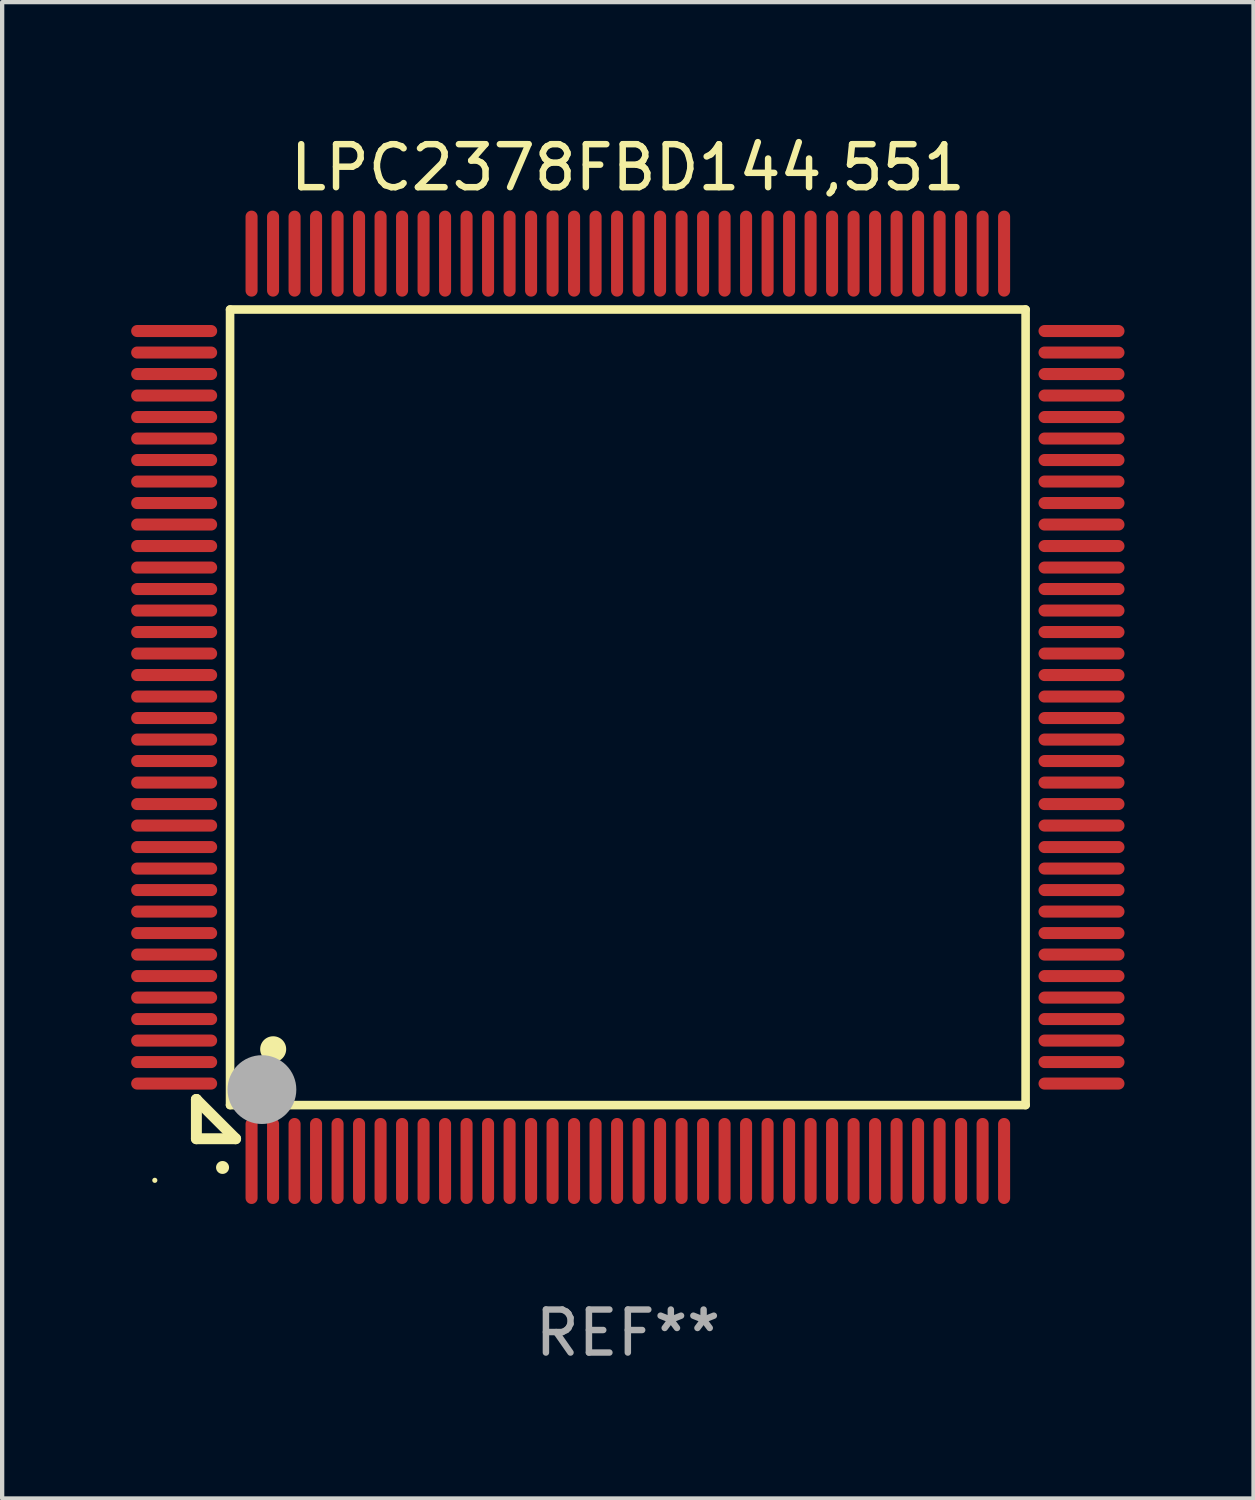
<source format=kicad_pcb>
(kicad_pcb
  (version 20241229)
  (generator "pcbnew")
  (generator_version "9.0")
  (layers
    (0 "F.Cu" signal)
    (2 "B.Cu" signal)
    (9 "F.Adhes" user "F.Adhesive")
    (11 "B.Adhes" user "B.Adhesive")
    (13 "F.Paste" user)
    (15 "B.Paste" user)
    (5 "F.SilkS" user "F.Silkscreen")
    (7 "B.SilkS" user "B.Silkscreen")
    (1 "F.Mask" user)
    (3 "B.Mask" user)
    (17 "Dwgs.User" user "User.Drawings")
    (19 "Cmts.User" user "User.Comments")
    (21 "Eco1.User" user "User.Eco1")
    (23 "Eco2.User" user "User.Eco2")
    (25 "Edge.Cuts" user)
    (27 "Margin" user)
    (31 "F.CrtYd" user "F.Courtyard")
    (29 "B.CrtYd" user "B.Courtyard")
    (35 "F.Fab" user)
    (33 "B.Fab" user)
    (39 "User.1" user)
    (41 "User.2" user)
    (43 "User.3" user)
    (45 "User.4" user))
  (footprint "LPC2378FBD144,551"
    (layer "F.Cu")
    (at 11.55 13.398)
    (property "Reference" "LPC2378FBD144,551" (at 0 -12.55 0) (layer "F.SilkS") (effects (font (size 1 1) (thickness 0.15))))
    (attr through_hole)
    (fp_line (start -10.033 9.121) (end -10.033 9.121) (stroke (width 0.254) (type solid)) (layer "F.SilkS"))
    (fp_line (start -10.033 9.121) (end -10.033 10.033) (stroke (width 0.254) (type solid)) (layer "F.SilkS"))
    (fp_line (start -10.033 9.121) (end -9.121 10.033) (stroke (width 0.254) (type solid)) (layer "F.SilkS"))
    (fp_line (start -10.033 10.033) (end -9.121 10.033) (stroke (width 0.254) (type solid)) (layer "F.SilkS"))
    (fp_line (start -9.25 -9.25) (end 9.25 -9.25) (stroke (width 0.2) (type solid)) (layer "F.SilkS"))
    (fp_line (start -9.25 9.25) (end -9.25 -9.25) (stroke (width 0.2) (type solid)) (layer "F.SilkS"))
    (fp_line (start 9.25 -9.25) (end 9.25 9.25) (stroke (width 0.2) (type solid)) (layer "F.SilkS"))
    (fp_line (start 9.25 9.25) (end -9.25 9.25) (stroke (width 0.2) (type solid)) (layer "F.SilkS"))
    (fp_arc (start -9.425959 10.701041) (mid -9.424689 10.701036) (end -9.423419 10.701041) (stroke (width 0.3) (type solid)) (layer "F.SilkS"))
    (fp_arc (start -8.249936 7.950216) (mid -8.247396 7.950205) (end -8.244856 7.950216) (stroke (width 0.6) (type solid)) (layer "F.SilkS"))
    (fp_circle (center -11 11) (end -10.97 11) (stroke (width 0.06) (type solid)) (fill no) (layer "F.SilkS"))
    (fp_circle (center -8.509 8.89) (end -8.109 8.89) (stroke (width 0.8) (type solid)) (fill no) (layer "F.Fab"))
    (fp_text user "REF**" (at 0 14.55 0) (layer "F.Fab") (effects (font (size 1 1) (thickness 0.15))))
    (pad "1" smd oval (at -8.75 10.55 180) (size 0.28 2) (layers "F.Cu" "F.Mask" "F.Paste"))
    (pad "2" smd oval (at -8.25 10.55 180) (size 0.28 2) (layers "F.Cu" "F.Mask" "F.Paste"))
    (pad "3" smd oval (at -7.75 10.55 180) (size 0.28 2) (layers "F.Cu" "F.Mask" "F.Paste"))
    (pad "4" smd oval (at -7.25 10.55 180) (size 0.28 2) (layers "F.Cu" "F.Mask" "F.Paste"))
    (pad "5" smd oval (at -6.75 10.55 180) (size 0.28 2) (layers "F.Cu" "F.Mask" "F.Paste"))
    (pad "6" smd oval (at -6.25 10.55 180) (size 0.28 2) (layers "F.Cu" "F.Mask" "F.Paste"))
    (pad "7" smd oval (at -5.75 10.55 180) (size 0.28 2) (layers "F.Cu" "F.Mask" "F.Paste"))
    (pad "8" smd oval (at -5.25 10.55 180) (size 0.28 2) (layers "F.Cu" "F.Mask" "F.Paste"))
    (pad "9" smd oval (at -4.75 10.55 180) (size 0.28 2) (layers "F.Cu" "F.Mask" "F.Paste"))
    (pad "10" smd oval (at -4.25 10.55 180) (size 0.28 2) (layers "F.Cu" "F.Mask" "F.Paste"))
    (pad "11" smd oval (at -3.75 10.55 180) (size 0.28 2) (layers "F.Cu" "F.Mask" "F.Paste"))
    (pad "12" smd oval (at -3.25 10.55 180) (size 0.28 2) (layers "F.Cu" "F.Mask" "F.Paste"))
    (pad "13" smd oval (at -2.75 10.55 180) (size 0.28 2) (layers "F.Cu" "F.Mask" "F.Paste"))
    (pad "14" smd oval (at -2.25 10.55 180) (size 0.28 2) (layers "F.Cu" "F.Mask" "F.Paste"))
    (pad "15" smd oval (at -1.75 10.55 180) (size 0.28 2) (layers "F.Cu" "F.Mask" "F.Paste"))
    (pad "16" smd oval (at -1.25 10.55 180) (size 0.28 2) (layers "F.Cu" "F.Mask" "F.Paste"))
    (pad "17" smd oval (at -0.75 10.55 180) (size 0.28 2) (layers "F.Cu" "F.Mask" "F.Paste"))
    (pad "18" smd oval (at -0.25 10.55 180) (size 0.28 2) (layers "F.Cu" "F.Mask" "F.Paste"))
    (pad "19" smd oval (at 0.25 10.55 180) (size 0.28 2) (layers "F.Cu" "F.Mask" "F.Paste"))
    (pad "20" smd oval (at 0.75 10.55 180) (size 0.28 2) (layers "F.Cu" "F.Mask" "F.Paste"))
    (pad "21" smd oval (at 1.25 10.55 180) (size 0.28 2) (layers "F.Cu" "F.Mask" "F.Paste"))
    (pad "22" smd oval (at 1.75 10.55 180) (size 0.28 2) (layers "F.Cu" "F.Mask" "F.Paste"))
    (pad "23" smd oval (at 2.25 10.55 180) (size 0.28 2) (layers "F.Cu" "F.Mask" "F.Paste"))
    (pad "24" smd oval (at 2.75 10.55 180) (size 0.28 2) (layers "F.Cu" "F.Mask" "F.Paste"))
    (pad "25" smd oval (at 3.25 10.55 180) (size 0.28 2) (layers "F.Cu" "F.Mask" "F.Paste"))
    (pad "26" smd oval (at 3.75 10.55 180) (size 0.28 2) (layers "F.Cu" "F.Mask" "F.Paste"))
    (pad "27" smd oval (at 4.25 10.55 180) (size 0.28 2) (layers "F.Cu" "F.Mask" "F.Paste"))
    (pad "28" smd oval (at 4.75 10.55 180) (size 0.28 2) (layers "F.Cu" "F.Mask" "F.Paste"))
    (pad "29" smd oval (at 5.25 10.55 180) (size 0.28 2) (layers "F.Cu" "F.Mask" "F.Paste"))
    (pad "30" smd oval (at 5.75 10.55 180) (size 0.28 2) (layers "F.Cu" "F.Mask" "F.Paste"))
    (pad "31" smd oval (at 6.25 10.55 180) (size 0.28 2) (layers "F.Cu" "F.Mask" "F.Paste"))
    (pad "32" smd oval (at 6.75 10.55 180) (size 0.28 2) (layers "F.Cu" "F.Mask" "F.Paste"))
    (pad "33" smd oval (at 7.25 10.55 180) (size 0.28 2) (layers "F.Cu" "F.Mask" "F.Paste"))
    (pad "34" smd oval (at 7.75 10.55 180) (size 0.28 2) (layers "F.Cu" "F.Mask" "F.Paste"))
    (pad "35" smd oval (at 8.25 10.55 180) (size 0.28 2) (layers "F.Cu" "F.Mask" "F.Paste"))
    (pad "36" smd oval (at 8.75 10.55 180) (size 0.28 2) (layers "F.Cu" "F.Mask" "F.Paste"))
    (pad "37" smd oval (at 10.55 8.75 90) (size 0.28 2) (layers "F.Cu" "F.Mask" "F.Paste"))
    (pad "38" smd oval (at 10.55 8.25 90) (size 0.28 2) (layers "F.Cu" "F.Mask" "F.Paste"))
    (pad "39" smd oval (at 10.55 7.75 90) (size 0.28 2) (layers "F.Cu" "F.Mask" "F.Paste"))
    (pad "40" smd oval (at 10.55 7.25 90) (size 0.28 2) (layers "F.Cu" "F.Mask" "F.Paste"))
    (pad "41" smd oval (at 10.55 6.75 90) (size 0.28 2) (layers "F.Cu" "F.Mask" "F.Paste"))
    (pad "42" smd oval (at 10.55 6.25 90) (size 0.28 2) (layers "F.Cu" "F.Mask" "F.Paste"))
    (pad "43" smd oval (at 10.55 5.75 90) (size 0.28 2) (layers "F.Cu" "F.Mask" "F.Paste"))
    (pad "44" smd oval (at 10.55 5.25 90) (size 0.28 2) (layers "F.Cu" "F.Mask" "F.Paste"))
    (pad "45" smd oval (at 10.55 4.75 90) (size 0.28 2) (layers "F.Cu" "F.Mask" "F.Paste"))
    (pad "46" smd oval (at 10.55 4.25 90) (size 0.28 2) (layers "F.Cu" "F.Mask" "F.Paste"))
    (pad "47" smd oval (at 10.55 3.75 90) (size 0.28 2) (layers "F.Cu" "F.Mask" "F.Paste"))
    (pad "48" smd oval (at 10.55 3.25 90) (size 0.28 2) (layers "F.Cu" "F.Mask" "F.Paste"))
    (pad "49" smd oval (at 10.55 2.75 90) (size 0.28 2) (layers "F.Cu" "F.Mask" "F.Paste"))
    (pad "50" smd oval (at 10.55 2.25 90) (size 0.28 2) (layers "F.Cu" "F.Mask" "F.Paste"))
    (pad "51" smd oval (at 10.55 1.75 90) (size 0.28 2) (layers "F.Cu" "F.Mask" "F.Paste"))
    (pad "52" smd oval (at 10.55 1.25 90) (size 0.28 2) (layers "F.Cu" "F.Mask" "F.Paste"))
    (pad "53" smd oval (at 10.55 0.75 90) (size 0.28 2) (layers "F.Cu" "F.Mask" "F.Paste"))
    (pad "54" smd oval (at 10.55 0.25 90) (size 0.28 2) (layers "F.Cu" "F.Mask" "F.Paste"))
    (pad "55" smd oval (at 10.55 -0.25 90) (size 0.28 2) (layers "F.Cu" "F.Mask" "F.Paste"))
    (pad "56" smd oval (at 10.55 -0.75 90) (size 0.28 2) (layers "F.Cu" "F.Mask" "F.Paste"))
    (pad "57" smd oval (at 10.55 -1.25 90) (size 0.28 2) (layers "F.Cu" "F.Mask" "F.Paste"))
    (pad "58" smd oval (at 10.55 -1.75 90) (size 0.28 2) (layers "F.Cu" "F.Mask" "F.Paste"))
    (pad "59" smd oval (at 10.55 -2.25 90) (size 0.28 2) (layers "F.Cu" "F.Mask" "F.Paste"))
    (pad "60" smd oval (at 10.55 -2.75 90) (size 0.28 2) (layers "F.Cu" "F.Mask" "F.Paste"))
    (pad "61" smd oval (at 10.55 -3.25 90) (size 0.28 2) (layers "F.Cu" "F.Mask" "F.Paste"))
    (pad "62" smd oval (at 10.55 -3.75 90) (size 0.28 2) (layers "F.Cu" "F.Mask" "F.Paste"))
    (pad "63" smd oval (at 10.55 -4.25 90) (size 0.28 2) (layers "F.Cu" "F.Mask" "F.Paste"))
    (pad "64" smd oval (at 10.55 -4.75 90) (size 0.28 2) (layers "F.Cu" "F.Mask" "F.Paste"))
    (pad "65" smd oval (at 10.55 -5.25 90) (size 0.28 2) (layers "F.Cu" "F.Mask" "F.Paste"))
    (pad "66" smd oval (at 10.55 -5.75 90) (size 0.28 2) (layers "F.Cu" "F.Mask" "F.Paste"))
    (pad "67" smd oval (at 10.55 -6.25 90) (size 0.28 2) (layers "F.Cu" "F.Mask" "F.Paste"))
    (pad "68" smd oval (at 10.55 -6.75 90) (size 0.28 2) (layers "F.Cu" "F.Mask" "F.Paste"))
    (pad "69" smd oval (at 10.55 -7.25 90) (size 0.28 2) (layers "F.Cu" "F.Mask" "F.Paste"))
    (pad "70" smd oval (at 10.55 -7.75 90) (size 0.28 2) (layers "F.Cu" "F.Mask" "F.Paste"))
    (pad "71" smd oval (at 10.55 -8.25 90) (size 0.28 2) (layers "F.Cu" "F.Mask" "F.Paste"))
    (pad "72" smd oval (at 10.55 -8.75 90) (size 0.28 2) (layers "F.Cu" "F.Mask" "F.Paste"))
    (pad "73" smd oval (at 8.75 -10.55 180) (size 0.28 2) (layers "F.Cu" "F.Mask" "F.Paste"))
    (pad "74" smd oval (at 8.25 -10.55 180) (size 0.28 2) (layers "F.Cu" "F.Mask" "F.Paste"))
    (pad "75" smd oval (at 7.75 -10.55 180) (size 0.28 2) (layers "F.Cu" "F.Mask" "F.Paste"))
    (pad "76" smd oval (at 7.25 -10.55 180) (size 0.28 2) (layers "F.Cu" "F.Mask" "F.Paste"))
    (pad "77" smd oval (at 6.75 -10.55 180) (size 0.28 2) (layers "F.Cu" "F.Mask" "F.Paste"))
    (pad "78" smd oval (at 6.25 -10.55 180) (size 0.28 2) (layers "F.Cu" "F.Mask" "F.Paste"))
    (pad "79" smd oval (at 5.75 -10.55 180) (size 0.28 2) (layers "F.Cu" "F.Mask" "F.Paste"))
    (pad "80" smd oval (at 5.25 -10.55 180) (size 0.28 2) (layers "F.Cu" "F.Mask" "F.Paste"))
    (pad "81" smd oval (at 4.75 -10.55 180) (size 0.28 2) (layers "F.Cu" "F.Mask" "F.Paste"))
    (pad "82" smd oval (at 4.25 -10.55 180) (size 0.28 2) (layers "F.Cu" "F.Mask" "F.Paste"))
    (pad "83" smd oval (at 3.75 -10.55 180) (size 0.28 2) (layers "F.Cu" "F.Mask" "F.Paste"))
    (pad "84" smd oval (at 3.25 -10.55 180) (size 0.28 2) (layers "F.Cu" "F.Mask" "F.Paste"))
    (pad "85" smd oval (at 2.75 -10.55 180) (size 0.28 2) (layers "F.Cu" "F.Mask" "F.Paste"))
    (pad "86" smd oval (at 2.25 -10.55 180) (size 0.28 2) (layers "F.Cu" "F.Mask" "F.Paste"))
    (pad "87" smd oval (at 1.75 -10.55 180) (size 0.28 2) (layers "F.Cu" "F.Mask" "F.Paste"))
    (pad "88" smd oval (at 1.25 -10.55 180) (size 0.28 2) (layers "F.Cu" "F.Mask" "F.Paste"))
    (pad "89" smd oval (at 0.75 -10.55 180) (size 0.28 2) (layers "F.Cu" "F.Mask" "F.Paste"))
    (pad "90" smd oval (at 0.25 -10.55 180) (size 0.28 2) (layers "F.Cu" "F.Mask" "F.Paste"))
    (pad "91" smd oval (at -0.25 -10.55 180) (size 0.28 2) (layers "F.Cu" "F.Mask" "F.Paste"))
    (pad "92" smd oval (at -0.75 -10.55 180) (size 0.28 2) (layers "F.Cu" "F.Mask" "F.Paste"))
    (pad "93" smd oval (at -1.25 -10.55 180) (size 0.28 2) (layers "F.Cu" "F.Mask" "F.Paste"))
    (pad "94" smd oval (at -1.75 -10.55 180) (size 0.28 2) (layers "F.Cu" "F.Mask" "F.Paste"))
    (pad "95" smd oval (at -2.25 -10.55 180) (size 0.28 2) (layers "F.Cu" "F.Mask" "F.Paste"))
    (pad "96" smd oval (at -2.75 -10.55 180) (size 0.28 2) (layers "F.Cu" "F.Mask" "F.Paste"))
    (pad "97" smd oval (at -3.25 -10.55 180) (size 0.28 2) (layers "F.Cu" "F.Mask" "F.Paste"))
    (pad "98" smd oval (at -3.75 -10.55 180) (size 0.28 2) (layers "F.Cu" "F.Mask" "F.Paste"))
    (pad "99" smd oval (at -4.25 -10.55 180) (size 0.28 2) (layers "F.Cu" "F.Mask" "F.Paste"))
    (pad "100" smd oval (at -4.75 -10.55 180) (size 0.28 2) (layers "F.Cu" "F.Mask" "F.Paste"))
    (pad "101" smd oval (at -5.25 -10.55 180) (size 0.28 2) (layers "F.Cu" "F.Mask" "F.Paste"))
    (pad "102" smd oval (at -5.75 -10.55 180) (size 0.28 2) (layers "F.Cu" "F.Mask" "F.Paste"))
    (pad "103" smd oval (at -6.25 -10.55 180) (size 0.28 2) (layers "F.Cu" "F.Mask" "F.Paste"))
    (pad "104" smd oval (at -6.75 -10.55 180) (size 0.28 2) (layers "F.Cu" "F.Mask" "F.Paste"))
    (pad "105" smd oval (at -7.25 -10.55 180) (size 0.28 2) (layers "F.Cu" "F.Mask" "F.Paste"))
    (pad "106" smd oval (at -7.75 -10.55 180) (size 0.28 2) (layers "F.Cu" "F.Mask" "F.Paste"))
    (pad "107" smd oval (at -8.25 -10.55 180) (size 0.28 2) (layers "F.Cu" "F.Mask" "F.Paste"))
    (pad "108" smd oval (at -8.75 -10.55 180) (size 0.28 2) (layers "F.Cu" "F.Mask" "F.Paste"))
    (pad "109" smd oval (at -10.55 -8.75 90) (size 0.28 2) (layers "F.Cu" "F.Mask" "F.Paste"))
    (pad "110" smd oval (at -10.55 -8.25 90) (size 0.28 2) (layers "F.Cu" "F.Mask" "F.Paste"))
    (pad "111" smd oval (at -10.55 -7.75 90) (size 0.28 2) (layers "F.Cu" "F.Mask" "F.Paste"))
    (pad "112" smd oval (at -10.55 -7.25 90) (size 0.28 2) (layers "F.Cu" "F.Mask" "F.Paste"))
    (pad "113" smd oval (at -10.55 -6.75 90) (size 0.28 2) (layers "F.Cu" "F.Mask" "F.Paste"))
    (pad "114" smd oval (at -10.55 -6.25 90) (size 0.28 2) (layers "F.Cu" "F.Mask" "F.Paste"))
    (pad "115" smd oval (at -10.55 -5.75 90) (size 0.28 2) (layers "F.Cu" "F.Mask" "F.Paste"))
    (pad "116" smd oval (at -10.55 -5.25 90) (size 0.28 2) (layers "F.Cu" "F.Mask" "F.Paste"))
    (pad "117" smd oval (at -10.55 -4.75 90) (size 0.28 2) (layers "F.Cu" "F.Mask" "F.Paste"))
    (pad "118" smd oval (at -10.55 -4.25 90) (size 0.28 2) (layers "F.Cu" "F.Mask" "F.Paste"))
    (pad "119" smd oval (at -10.55 -3.75 90) (size 0.28 2) (layers "F.Cu" "F.Mask" "F.Paste"))
    (pad "120" smd oval (at -10.55 -3.25 90) (size 0.28 2) (layers "F.Cu" "F.Mask" "F.Paste"))
    (pad "121" smd oval (at -10.55 -2.75 90) (size 0.28 2) (layers "F.Cu" "F.Mask" "F.Paste"))
    (pad "122" smd oval (at -10.55 -2.25 90) (size 0.28 2) (layers "F.Cu" "F.Mask" "F.Paste"))
    (pad "123" smd oval (at -10.55 -1.75 90) (size 0.28 2) (layers "F.Cu" "F.Mask" "F.Paste"))
    (pad "124" smd oval (at -10.55 -1.25 90) (size 0.28 2) (layers "F.Cu" "F.Mask" "F.Paste"))
    (pad "125" smd oval (at -10.55 -0.75 90) (size 0.28 2) (layers "F.Cu" "F.Mask" "F.Paste"))
    (pad "126" smd oval (at -10.55 -0.25 90) (size 0.28 2) (layers "F.Cu" "F.Mask" "F.Paste"))
    (pad "127" smd oval (at -10.55 0.25 90) (size 0.28 2) (layers "F.Cu" "F.Mask" "F.Paste"))
    (pad "128" smd oval (at -10.55 0.75 90) (size 0.28 2) (layers "F.Cu" "F.Mask" "F.Paste"))
    (pad "129" smd oval (at -10.55 1.25 90) (size 0.28 2) (layers "F.Cu" "F.Mask" "F.Paste"))
    (pad "130" smd oval (at -10.55 1.75 90) (size 0.28 2) (layers "F.Cu" "F.Mask" "F.Paste"))
    (pad "131" smd oval (at -10.55 2.25 90) (size 0.28 2) (layers "F.Cu" "F.Mask" "F.Paste"))
    (pad "132" smd oval (at -10.55 2.75 90) (size 0.28 2) (layers "F.Cu" "F.Mask" "F.Paste"))
    (pad "133" smd oval (at -10.55 3.25 90) (size 0.28 2) (layers "F.Cu" "F.Mask" "F.Paste"))
    (pad "134" smd oval (at -10.55 3.75 90) (size 0.28 2) (layers "F.Cu" "F.Mask" "F.Paste"))
    (pad "135" smd oval (at -10.55 4.25 90) (size 0.28 2) (layers "F.Cu" "F.Mask" "F.Paste"))
    (pad "136" smd oval (at -10.55 4.75 90) (size 0.28 2) (layers "F.Cu" "F.Mask" "F.Paste"))
    (pad "137" smd oval (at -10.55 5.25 90) (size 0.28 2) (layers "F.Cu" "F.Mask" "F.Paste"))
    (pad "138" smd oval (at -10.55 5.75 90) (size 0.28 2) (layers "F.Cu" "F.Mask" "F.Paste"))
    (pad "139" smd oval (at -10.55 6.25 90) (size 0.28 2) (layers "F.Cu" "F.Mask" "F.Paste"))
    (pad "140" smd oval (at -10.55 6.75 90) (size 0.28 2) (layers "F.Cu" "F.Mask" "F.Paste"))
    (pad "141" smd oval (at -10.55 7.25 90) (size 0.28 2) (layers "F.Cu" "F.Mask" "F.Paste"))
    (pad "142" smd oval (at -10.55 7.75 90) (size 0.28 2) (layers "F.Cu" "F.Mask" "F.Paste"))
    (pad "143" smd oval (at -10.55 8.25 90) (size 0.28 2) (layers "F.Cu" "F.Mask" "F.Paste"))
    (pad "144" smd oval (at -10.55 8.75 90) (size 0.28 2) (layers "F.Cu" "F.Mask" "F.Paste")))
  (gr_rect
    (start -3 -3)
    (end 26.1 31.796)
    (stroke (width 0.1) (type default))
    (fill no)
    (layer "Edge.Cuts")))
</source>
